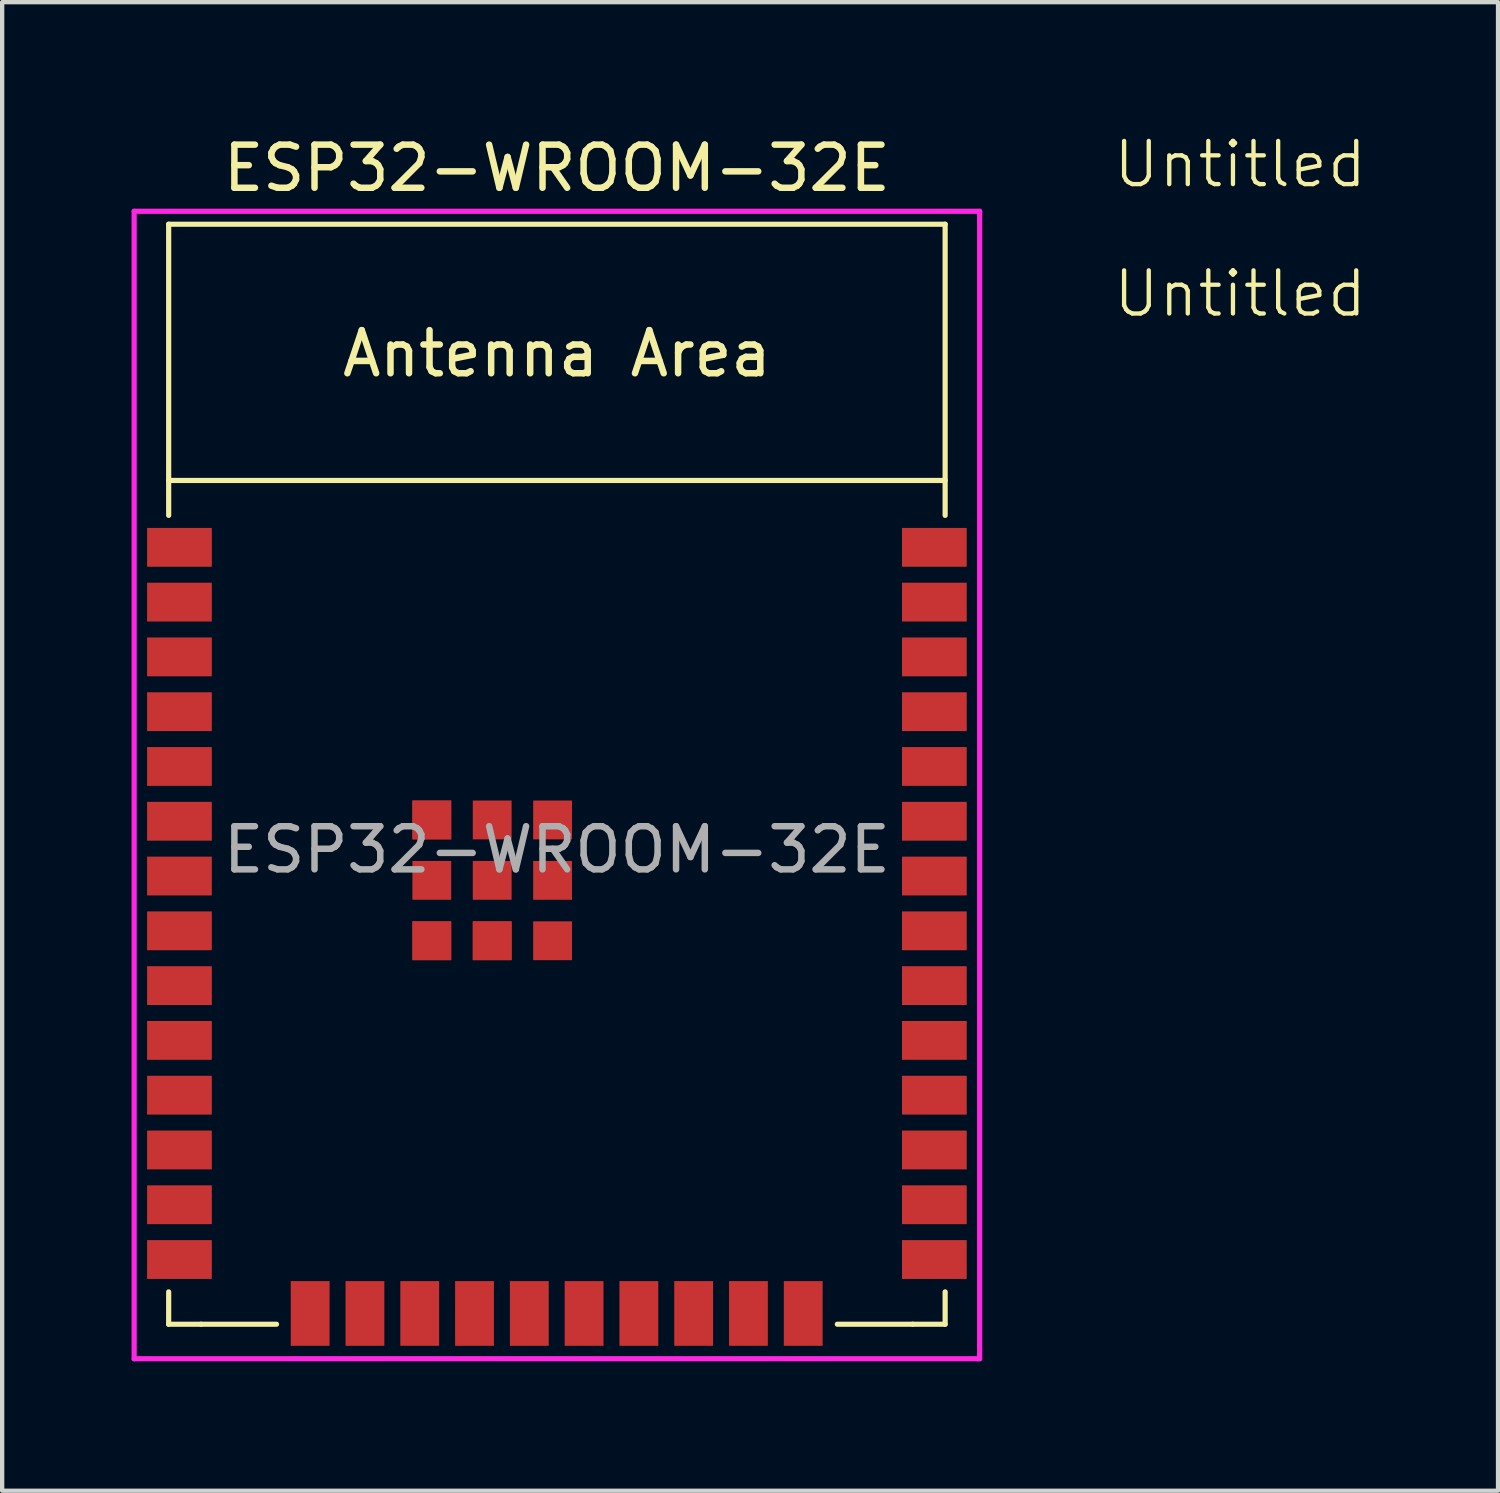
<source format=kicad_pcb>
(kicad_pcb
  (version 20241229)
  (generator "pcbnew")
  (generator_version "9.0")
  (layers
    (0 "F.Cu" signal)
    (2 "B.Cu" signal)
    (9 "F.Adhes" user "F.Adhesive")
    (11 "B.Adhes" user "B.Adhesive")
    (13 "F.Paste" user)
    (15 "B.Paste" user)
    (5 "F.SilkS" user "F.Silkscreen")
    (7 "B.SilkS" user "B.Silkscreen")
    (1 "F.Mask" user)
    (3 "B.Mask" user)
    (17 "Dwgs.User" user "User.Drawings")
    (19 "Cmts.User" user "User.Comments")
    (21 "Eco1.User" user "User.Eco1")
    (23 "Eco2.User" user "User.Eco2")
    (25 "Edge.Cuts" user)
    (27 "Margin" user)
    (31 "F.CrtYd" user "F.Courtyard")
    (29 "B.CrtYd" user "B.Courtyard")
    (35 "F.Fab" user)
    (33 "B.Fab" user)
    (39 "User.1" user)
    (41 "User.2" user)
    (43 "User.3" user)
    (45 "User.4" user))
  (footprint "Untitled"
    (layer "F.Cu")
    (at 25.699 1.26)
    (property "Reference" "Untitled" (at 0 -0.5 0) (unlocked yes) (layer "F.SilkS") (effects (font (size 1 1) (thickness 0.1))))
    (attr through_hole)
    (fp_text user "${REFERENCE}" (at 0 2.5 0) (unlocked yes) (layer "F.SilkS") (effects (font (size 1 1) (thickness 0.1)))))
  (footprint "ESP32-WROOM-32E"
    (layer "F.Cu")
    (at 9.86 16.648)
    (property "Reference" "ESP32-WROOM-32E" (at 0 -15.8 0) (layer "F.SilkS") (effects (font (size 1 1) (thickness 0.15))))
    (attr smd)
    (fp_line (start -9 -14.5) (end -9 -7.75) (stroke (width 0.12) (type solid)) (layer "F.SilkS"))
    (fp_line (start -9 -14.5) (end 9 -14.5) (stroke (width 0.12) (type solid)) (layer "F.SilkS"))
    (fp_line (start -9 10.25) (end -9 11) (stroke (width 0.12) (type solid)) (layer "F.SilkS"))
    (fp_line (start -9 11) (end -8.25 11) (stroke (width 0.12) (type solid)) (layer "F.SilkS"))
    (fp_line (start -8.25 11) (end -6.5 11) (stroke (width 0.12) (type solid)) (layer "F.SilkS"))
    (fp_line (start 8.25 11) (end 6.5 11) (stroke (width 0.12) (type solid)) (layer "F.SilkS"))
    (fp_line (start 9 -14.5) (end 9 -7.75) (stroke (width 0.12) (type solid)) (layer "F.SilkS"))
    (fp_line (start 9 -8.56) (end -9 -8.56) (stroke (width 0.12) (type solid)) (layer "F.SilkS"))
    (fp_line (start 9 10.25) (end 9 11) (stroke (width 0.12) (type solid)) (layer "F.SilkS"))
    (fp_line (start 9 11) (end 8.25 11) (stroke (width 0.12) (type solid)) (layer "F.SilkS"))
    (fp_line (start -9 -14.5) (end 9 -14.5) (stroke (width 0.12) (type solid)) (layer "Eco2.User"))
    (fp_line (start -9 -8.56) (end 9 -8.56) (stroke (width 0.12) (type solid)) (layer "Eco2.User"))
    (fp_line (start -9 11) (end -9 -14.5) (stroke (width 0.12) (type solid)) (layer "Eco2.User"))
    (fp_line (start 9 -14.5) (end 9 11) (stroke (width 0.12) (type solid)) (layer "Eco2.User"))
    (fp_line (start 9 11) (end -9 11) (stroke (width 0.12) (type solid)) (layer "Eco2.User"))
    (fp_line (start -9.8 -14.8) (end -9.8 11.8) (stroke (width 0.12) (type solid)) (layer "F.CrtYd"))
    (fp_line (start -9.8 11.8) (end 9.8 11.8) (stroke (width 0.12) (type solid)) (layer "F.CrtYd"))
    (fp_line (start 9.8 -14.8) (end -9.8 -14.8) (stroke (width 0.12) (type solid)) (layer "F.CrtYd"))
    (fp_line (start 9.8 -14.8) (end 9.8 11.8) (stroke (width 0.12) (type solid)) (layer "F.CrtYd"))
    (fp_text user "Antenna Area" (at 0 -11.5 0) (layer "F.SilkS") (effects (font (size 1 1) (thickness 0.15))))
    (fp_text user "Antenna Area" (at 0 -11.5 0) (layer "Eco2.User") (effects (font (size 1 1) (thickness 0.15))))
    (fp_text user "${REFERENCE}" (at 0 0 0) (layer "F.Fab") (effects (font (size 1 1) (thickness 0.15))))
    (pad "1" smd rect (at -8.75 -7.01) (size 1.5 0.9) (layers "F.Cu" "F.Mask" "F.Paste"))
    (pad "2" smd rect (at -8.75 -5.74) (size 1.5 0.9) (layers "F.Cu" "F.Mask" "F.Paste"))
    (pad "3" smd rect (at -8.75 -4.47) (size 1.5 0.9) (layers "F.Cu" "F.Mask" "F.Paste"))
    (pad "4" smd rect (at -8.75 -3.2) (size 1.5 0.9) (layers "F.Cu" "F.Mask" "F.Paste"))
    (pad "5" smd rect (at -8.75 -1.93) (size 1.5 0.9) (layers "F.Cu" "F.Mask" "F.Paste"))
    (pad "6" smd rect (at -8.75 -0.66) (size 1.5 0.9) (layers "F.Cu" "F.Mask" "F.Paste"))
    (pad "7" smd rect (at -8.75 0.61) (size 1.5 0.9) (layers "F.Cu" "F.Mask" "F.Paste"))
    (pad "8" smd rect (at -8.75 1.88) (size 1.5 0.9) (layers "F.Cu" "F.Mask" "F.Paste"))
    (pad "9" smd rect (at -8.75 3.15) (size 1.5 0.9) (layers "F.Cu" "F.Mask" "F.Paste"))
    (pad "10" smd rect (at -8.75 4.42) (size 1.5 0.9) (layers "F.Cu" "F.Mask" "F.Paste"))
    (pad "11" smd rect (at -8.75 5.69) (size 1.5 0.9) (layers "F.Cu" "F.Mask" "F.Paste"))
    (pad "12" smd rect (at -8.75 6.96) (size 1.5 0.9) (layers "F.Cu" "F.Mask" "F.Paste"))
    (pad "13" smd rect (at -8.75 8.23) (size 1.5 0.9) (layers "F.Cu" "F.Mask" "F.Paste"))
    (pad "14" smd rect (at -8.75 9.5) (size 1.5 0.9) (layers "F.Cu" "F.Mask" "F.Paste"))
    (pad "15" smd rect (at -5.72 10.75 90) (size 1.5 0.9) (layers "F.Cu" "F.Mask" "F.Paste"))
    (pad "16" smd rect (at -4.45 10.75 90) (size 1.5 0.9) (layers "F.Cu" "F.Mask" "F.Paste"))
    (pad "17" smd rect (at -3.18 10.75 90) (size 1.5 0.9) (layers "F.Cu" "F.Mask" "F.Paste"))
    (pad "18" smd rect (at -1.91 10.75 90) (size 1.5 0.9) (layers "F.Cu" "F.Mask" "F.Paste"))
    (pad "19" smd rect (at -0.64 10.75 90) (size 1.5 0.9) (layers "F.Cu" "F.Mask" "F.Paste"))
    (pad "20" smd rect (at 0.63 10.75 90) (size 1.5 0.9) (layers "F.Cu" "F.Mask" "F.Paste"))
    (pad "21" smd rect (at 1.9 10.75 90) (size 1.5 0.9) (layers "F.Cu" "F.Mask" "F.Paste"))
    (pad "22" smd rect (at 3.17 10.75 90) (size 1.5 0.9) (layers "F.Cu" "F.Mask" "F.Paste"))
    (pad "23" smd rect (at 4.44 10.75 90) (size 1.5 0.9) (layers "F.Cu" "F.Mask" "F.Paste"))
    (pad "24" smd rect (at 5.71 10.75 90) (size 1.5 0.9) (layers "F.Cu" "F.Mask" "F.Paste"))
    (pad "25" smd rect (at 8.75 9.5 180) (size 1.5 0.9) (layers "F.Cu" "F.Mask" "F.Paste"))
    (pad "26" smd rect (at 8.75 8.23 180) (size 1.5 0.9) (layers "F.Cu" "F.Mask" "F.Paste"))
    (pad "27" smd rect (at 8.75 6.96 180) (size 1.5 0.9) (layers "F.Cu" "F.Mask" "F.Paste"))
    (pad "28" smd rect (at 8.75 5.69 180) (size 1.5 0.9) (layers "F.Cu" "F.Mask" "F.Paste"))
    (pad "29" smd rect (at 8.75 4.42 180) (size 1.5 0.9) (layers "F.Cu" "F.Mask" "F.Paste"))
    (pad "30" smd rect (at 8.75 3.15 180) (size 1.5 0.9) (layers "F.Cu" "F.Mask" "F.Paste"))
    (pad "31" smd rect (at 8.75 1.88 180) (size 1.5 0.9) (layers "F.Cu" "F.Mask" "F.Paste"))
    (pad "32" smd rect (at 8.75 0.61 180) (size 1.5 0.9) (layers "F.Cu" "F.Mask" "F.Paste"))
    (pad "33" smd rect (at 8.75 -0.66 180) (size 1.5 0.9) (layers "F.Cu" "F.Mask" "F.Paste"))
    (pad "34" smd rect (at 8.75 -1.93 180) (size 1.5 0.9) (layers "F.Cu" "F.Mask" "F.Paste"))
    (pad "35" smd rect (at 8.75 -3.2 180) (size 1.5 0.9) (layers "F.Cu" "F.Mask" "F.Paste"))
    (pad "36" smd rect (at 8.75 -4.47 180) (size 1.5 0.9) (layers "F.Cu" "F.Mask" "F.Paste"))
    (pad "37" smd rect (at 8.75 -5.74 180) (size 1.5 0.9) (layers "F.Cu" "F.Mask" "F.Paste"))
    (pad "38" smd rect (at 8.75 -7.01 180) (size 1.5 0.9) (layers "F.Cu" "F.Mask" "F.Paste"))
    (pad "39" smd rect (at -2.9 -0.69 180) (size 0.9 0.9) (layers "F.Cu" "F.Mask" "F.Paste"))
    (pad "39" smd rect (at -2.9 -0.69 180) (size 0.9 0.9) (layers "F.Cu" "F.Mask" "F.Paste"))
    (pad "39" smd rect (at -2.9 0.71 180) (size 0.9 0.9) (layers "F.Cu" "F.Mask" "F.Paste"))
    (pad "39" smd rect (at -2.9 2.11 180) (size 0.9 0.9) (layers "F.Cu" "F.Mask" "F.Paste"))
    (pad "39" smd rect (at -2.9 2.11 180) (size 0.9 0.9) (layers "F.Cu" "F.Mask" "F.Paste"))
    (pad "39" smd rect (at -1.5 -0.69 180) (size 0.9 0.9) (layers "F.Cu" "F.Mask" "F.Paste"))
    (pad "39" smd rect (at -1.5 0.71 180) (size 0.9 0.9) (layers "F.Cu" "F.Mask" "F.Paste"))
    (pad "39" smd rect (at -1.5 2.11 180) (size 0.9 0.9) (layers "F.Cu" "F.Mask" "F.Paste"))
    (pad "39" smd rect (at -1.5 2.11 180) (size 0.9 0.9) (layers "F.Cu" "F.Mask" "F.Paste"))
    (pad "39" smd rect (at -0.1 -0.69 180) (size 0.9 0.9) (layers "F.Cu" "F.Mask" "F.Paste"))
    (pad "39" smd rect (at -0.1 0.71 180) (size 0.9 0.9) (layers "F.Cu" "F.Mask" "F.Paste"))
    (pad "39" smd rect (at -0.1 2.11 180) (size 0.9 0.9) (layers "F.Cu" "F.Mask" "F.Paste"))
    (zone (net_name "") (layers "F.Cu" "B.Cu") (name "antenna keepout") (hatch edge 0.508) (connect_pads) (min_thickness 0.254) (filled_areas_thickness no) (keepout (tracks not_allowed) (vias not_allowed) (pads not_allowed) (copperpour not_allowed) (footprints not_allowed)) (placement (enabled no)) (fill) (polygon (pts (xy 18.86 8.098) (xy 0.86 8.098) (xy 0.86 2.148) (xy 18.86 2.148)))))
  (gr_rect
    (start -3 -3)
    (end 31.677 31.508)
    (stroke (width 0.1) (type default))
    (fill no)
    (layer "Edge.Cuts")))
</source>
